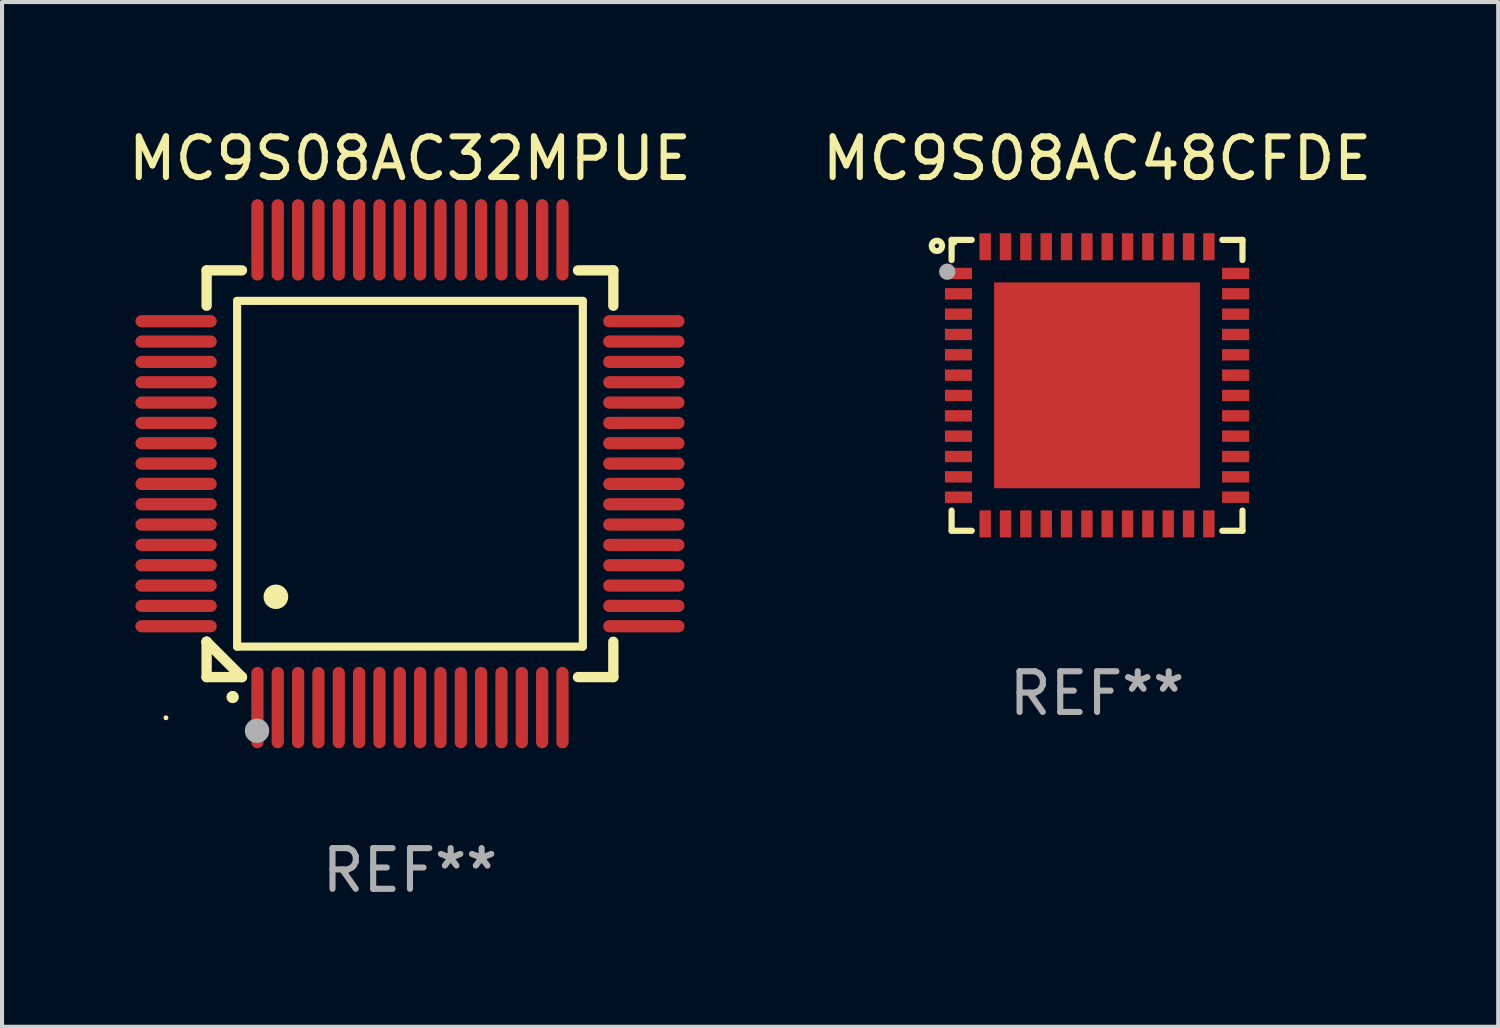
<source format=kicad_pcb>
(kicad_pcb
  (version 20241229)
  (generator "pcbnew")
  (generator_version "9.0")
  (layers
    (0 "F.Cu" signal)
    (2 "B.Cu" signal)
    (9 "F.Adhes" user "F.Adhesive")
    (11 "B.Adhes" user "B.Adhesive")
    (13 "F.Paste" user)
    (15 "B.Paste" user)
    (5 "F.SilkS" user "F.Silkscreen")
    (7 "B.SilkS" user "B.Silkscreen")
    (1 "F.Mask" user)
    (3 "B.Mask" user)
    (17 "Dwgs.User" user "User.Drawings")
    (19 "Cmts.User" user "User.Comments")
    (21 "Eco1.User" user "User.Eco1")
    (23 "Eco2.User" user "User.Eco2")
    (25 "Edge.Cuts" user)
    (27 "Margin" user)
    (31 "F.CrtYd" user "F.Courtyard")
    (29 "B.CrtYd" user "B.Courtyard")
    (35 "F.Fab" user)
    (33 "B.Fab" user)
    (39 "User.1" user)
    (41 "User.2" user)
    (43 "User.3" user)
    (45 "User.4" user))
  (footprint "MC9S08AC32MPUE"
    (layer "F.Cu")
    (at 7.03 8.598)
    (property "Reference" "MC9S08AC32MPUE" (at 0 -7.75 0) (layer "F.SilkS") (effects (font (size 1 1) (thickness 0.15))))
    (attr through_hole)
    (fp_line (start -5 -5) (end -4.131 -5) (stroke (width 0.254) (type solid)) (layer "F.SilkS"))
    (fp_line (start -5 -4.131) (end -5 -5) (stroke (width 0.254) (type solid)) (layer "F.SilkS"))
    (fp_line (start -5 4.131) (end -5 4.131) (stroke (width 0.254) (type solid)) (layer "F.SilkS"))
    (fp_line (start -5 5) (end -5 4.131) (stroke (width 0.254) (type solid)) (layer "F.SilkS"))
    (fp_line (start -5 4.131) (end -4.131 5) (stroke (width 0.254) (type solid)) (layer "F.SilkS"))
    (fp_line (start -4.25 -4.25) (end -4.25 4.25) (stroke (width 0.2) (type solid)) (layer "F.SilkS"))
    (fp_line (start -4.25 4.25) (end 4.25 4.25) (stroke (width 0.2) (type solid)) (layer "F.SilkS"))
    (fp_line (start -4.131 5) (end -5 5) (stroke (width 0.254) (type solid)) (layer "F.SilkS"))
    (fp_line (start 4.25 -4.25) (end -4.25 -4.25) (stroke (width 0.2) (type solid)) (layer "F.SilkS"))
    (fp_line (start 4.25 4.25) (end 4.25 -4.25) (stroke (width 0.2) (type solid)) (layer "F.SilkS"))
    (fp_line (start 5 -5) (end 4.131 -5) (stroke (width 0.254) (type solid)) (layer "F.SilkS"))
    (fp_line (start 5 -5) (end 5 -4.131) (stroke (width 0.254) (type solid)) (layer "F.SilkS"))
    (fp_line (start 5 4.131) (end 5 5) (stroke (width 0.254) (type solid)) (layer "F.SilkS"))
    (fp_line (start 5 5) (end 4.131 5) (stroke (width 0.254) (type solid)) (layer "F.SilkS"))
    (fp_arc (start -4.361265 5.489992) (mid -4.359995 5.489987) (end -4.358725 5.489992) (stroke (width 0.3) (type solid)) (layer "F.SilkS"))
    (fp_arc (start -3.299467 3.025146) (mid -3.296927 3.025135) (end -3.294387 3.025146) (stroke (width 0.6) (type solid)) (layer "F.SilkS"))
    (fp_circle (center -6 6) (end -5.97 6) (stroke (width 0.06) (type solid)) (fill no) (layer "F.SilkS"))
    (fp_circle (center -3.76 6.32) (end -3.61 6.32) (stroke (width 0.3) (type solid)) (fill no) (layer "F.Fab"))
    (fp_text user "REF**" (at 0 9.75 0) (layer "F.Fab") (effects (font (size 1 1) (thickness 0.15))))
    (pad "1" smd oval (at -3.75 5.75) (size 0.3 2) (layers "F.Cu" "F.Mask" "F.Paste"))
    (pad "2" smd oval (at -3.25 5.75) (size 0.3 2) (layers "F.Cu" "F.Mask" "F.Paste"))
    (pad "3" smd oval (at -2.75 5.75) (size 0.3 2) (layers "F.Cu" "F.Mask" "F.Paste"))
    (pad "4" smd oval (at -2.25 5.75) (size 0.3 2) (layers "F.Cu" "F.Mask" "F.Paste"))
    (pad "5" smd oval (at -1.75 5.75) (size 0.3 2) (layers "F.Cu" "F.Mask" "F.Paste"))
    (pad "6" smd oval (at -1.25 5.75) (size 0.3 2) (layers "F.Cu" "F.Mask" "F.Paste"))
    (pad "7" smd oval (at -0.75 5.75) (size 0.3 2) (layers "F.Cu" "F.Mask" "F.Paste"))
    (pad "8" smd oval (at -0.25 5.75) (size 0.3 2) (layers "F.Cu" "F.Mask" "F.Paste"))
    (pad "9" smd oval (at 0.25 5.75) (size 0.3 2) (layers "F.Cu" "F.Mask" "F.Paste"))
    (pad "10" smd oval (at 0.75 5.75) (size 0.3 2) (layers "F.Cu" "F.Mask" "F.Paste"))
    (pad "11" smd oval (at 1.25 5.75) (size 0.3 2) (layers "F.Cu" "F.Mask" "F.Paste"))
    (pad "12" smd oval (at 1.75 5.75) (size 0.3 2) (layers "F.Cu" "F.Mask" "F.Paste"))
    (pad "13" smd oval (at 2.25 5.75) (size 0.3 2) (layers "F.Cu" "F.Mask" "F.Paste"))
    (pad "14" smd oval (at 2.75 5.75) (size 0.3 2) (layers "F.Cu" "F.Mask" "F.Paste"))
    (pad "15" smd oval (at 3.25 5.75) (size 0.3 2) (layers "F.Cu" "F.Mask" "F.Paste"))
    (pad "16" smd oval (at 3.75 5.75) (size 0.3 2) (layers "F.Cu" "F.Mask" "F.Paste"))
    (pad "17" smd oval (at 5.75 3.75) (size 2 0.3) (layers "F.Cu" "F.Mask" "F.Paste"))
    (pad "18" smd oval (at 5.75 3.25) (size 2 0.3) (layers "F.Cu" "F.Mask" "F.Paste"))
    (pad "19" smd oval (at 5.75 2.75) (size 2 0.3) (layers "F.Cu" "F.Mask" "F.Paste"))
    (pad "20" smd oval (at 5.75 2.25) (size 2 0.3) (layers "F.Cu" "F.Mask" "F.Paste"))
    (pad "21" smd oval (at 5.75 1.75) (size 2 0.3) (layers "F.Cu" "F.Mask" "F.Paste"))
    (pad "22" smd oval (at 5.75 1.25) (size 2 0.3) (layers "F.Cu" "F.Mask" "F.Paste"))
    (pad "23" smd oval (at 5.75 0.75) (size 2 0.3) (layers "F.Cu" "F.Mask" "F.Paste"))
    (pad "24" smd oval (at 5.75 0.25) (size 2 0.3) (layers "F.Cu" "F.Mask" "F.Paste"))
    (pad "25" smd oval (at 5.75 -0.25) (size 2 0.3) (layers "F.Cu" "F.Mask" "F.Paste"))
    (pad "26" smd oval (at 5.75 -0.75) (size 2 0.3) (layers "F.Cu" "F.Mask" "F.Paste"))
    (pad "27" smd oval (at 5.75 -1.25) (size 2 0.3) (layers "F.Cu" "F.Mask" "F.Paste"))
    (pad "28" smd oval (at 5.75 -1.75) (size 2 0.3) (layers "F.Cu" "F.Mask" "F.Paste"))
    (pad "29" smd oval (at 5.75 -2.25) (size 2 0.3) (layers "F.Cu" "F.Mask" "F.Paste"))
    (pad "30" smd oval (at 5.75 -2.75) (size 2 0.3) (layers "F.Cu" "F.Mask" "F.Paste"))
    (pad "31" smd oval (at 5.75 -3.25) (size 2 0.3) (layers "F.Cu" "F.Mask" "F.Paste"))
    (pad "32" smd oval (at 5.75 -3.75) (size 2 0.3) (layers "F.Cu" "F.Mask" "F.Paste"))
    (pad "33" smd oval (at 3.75 -5.75) (size 0.3 2) (layers "F.Cu" "F.Mask" "F.Paste"))
    (pad "34" smd oval (at 3.25 -5.75) (size 0.3 2) (layers "F.Cu" "F.Mask" "F.Paste"))
    (pad "35" smd oval (at 2.75 -5.75) (size 0.3 2) (layers "F.Cu" "F.Mask" "F.Paste"))
    (pad "36" smd oval (at 2.25 -5.75) (size 0.3 2) (layers "F.Cu" "F.Mask" "F.Paste"))
    (pad "37" smd oval (at 1.75 -5.75) (size 0.3 2) (layers "F.Cu" "F.Mask" "F.Paste"))
    (pad "38" smd oval (at 1.25 -5.75) (size 0.3 2) (layers "F.Cu" "F.Mask" "F.Paste"))
    (pad "39" smd oval (at 0.75 -5.75) (size 0.3 2) (layers "F.Cu" "F.Mask" "F.Paste"))
    (pad "40" smd oval (at 0.25 -5.75) (size 0.3 2) (layers "F.Cu" "F.Mask" "F.Paste"))
    (pad "41" smd oval (at -0.25 -5.75) (size 0.3 2) (layers "F.Cu" "F.Mask" "F.Paste"))
    (pad "42" smd oval (at -0.75 -5.75) (size 0.3 2) (layers "F.Cu" "F.Mask" "F.Paste"))
    (pad "43" smd oval (at -1.25 -5.75) (size 0.3 2) (layers "F.Cu" "F.Mask" "F.Paste"))
    (pad "44" smd oval (at -1.75 -5.75) (size 0.3 2) (layers "F.Cu" "F.Mask" "F.Paste"))
    (pad "45" smd oval (at -2.25 -5.75) (size 0.3 2) (layers "F.Cu" "F.Mask" "F.Paste"))
    (pad "46" smd oval (at -2.75 -5.75) (size 0.3 2) (layers "F.Cu" "F.Mask" "F.Paste"))
    (pad "47" smd oval (at -3.25 -5.75) (size 0.3 2) (layers "F.Cu" "F.Mask" "F.Paste"))
    (pad "48" smd oval (at -3.75 -5.75) (size 0.3 2) (layers "F.Cu" "F.Mask" "F.Paste"))
    (pad "49" smd oval (at -5.75 -3.75) (size 2 0.3) (layers "F.Cu" "F.Mask" "F.Paste"))
    (pad "50" smd oval (at -5.75 -3.25) (size 2 0.3) (layers "F.Cu" "F.Mask" "F.Paste"))
    (pad "51" smd oval (at -5.75 -2.75) (size 2 0.3) (layers "F.Cu" "F.Mask" "F.Paste"))
    (pad "52" smd oval (at -5.75 -2.25) (size 2 0.3) (layers "F.Cu" "F.Mask" "F.Paste"))
    (pad "53" smd oval (at -5.75 -1.75) (size 2 0.3) (layers "F.Cu" "F.Mask" "F.Paste"))
    (pad "54" smd oval (at -5.75 -1.25) (size 2 0.3) (layers "F.Cu" "F.Mask" "F.Paste"))
    (pad "55" smd oval (at -5.75 -0.75) (size 2 0.3) (layers "F.Cu" "F.Mask" "F.Paste"))
    (pad "56" smd oval (at -5.75 -0.25) (size 2 0.3) (layers "F.Cu" "F.Mask" "F.Paste"))
    (pad "57" smd oval (at -5.75 0.25) (size 2 0.3) (layers "F.Cu" "F.Mask" "F.Paste"))
    (pad "58" smd oval (at -5.75 0.75) (size 2 0.3) (layers "F.Cu" "F.Mask" "F.Paste"))
    (pad "59" smd oval (at -5.75 1.25) (size 2 0.3) (layers "F.Cu" "F.Mask" "F.Paste"))
    (pad "60" smd oval (at -5.75 1.75) (size 2 0.3) (layers "F.Cu" "F.Mask" "F.Paste"))
    (pad "61" smd oval (at -5.75 2.25) (size 2 0.3) (layers "F.Cu" "F.Mask" "F.Paste"))
    (pad "62" smd oval (at -5.75 2.75) (size 2 0.3) (layers "F.Cu" "F.Mask" "F.Paste"))
    (pad "63" smd oval (at -5.75 3.25) (size 2 0.3) (layers "F.Cu" "F.Mask" "F.Paste"))
    (pad "64" smd oval (at -5.75 3.75) (size 2 0.3) (layers "F.Cu" "F.Mask" "F.Paste")))
  (footprint "MC9S08AC48CFDE"
    (layer "F.Cu")
    (at 23.923 6.424)
    (property "Reference" "MC9S08AC48CFDE" (at 0 -5.576 0) (layer "F.SilkS") (effects (font (size 1 1) (thickness 0.15))))
    (attr through_hole)
    (fp_line (start -3.576 -3.576) (end -3.576 -3.08) (stroke (width 0.152) (type solid)) (layer "F.SilkS"))
    (fp_line (start -3.576 3.576) (end -3.576 3.08) (stroke (width 0.152) (type solid)) (layer "F.SilkS"))
    (fp_line (start -3.08 -3.576) (end -3.576 -3.576) (stroke (width 0.152) (type solid)) (layer "F.SilkS"))
    (fp_line (start -3.08 3.576) (end -3.576 3.576) (stroke (width 0.152) (type solid)) (layer "F.SilkS"))
    (fp_line (start 3.08 -3.576) (end 3.576 -3.576) (stroke (width 0.152) (type solid)) (layer "F.SilkS"))
    (fp_line (start 3.08 3.576) (end 3.576 3.576) (stroke (width 0.152) (type solid)) (layer "F.SilkS"))
    (fp_line (start 3.576 -3.576) (end 3.576 -3.08) (stroke (width 0.152) (type solid)) (layer "F.SilkS"))
    (fp_line (start 3.576 3.576) (end 3.576 3.08) (stroke (width 0.152) (type solid)) (layer "F.SilkS"))
    (fp_circle (center -3.937 -3.429) (end -3.81 -3.429) (stroke (width 0.15) (type solid)) (fill no) (layer "F.SilkS"))
    (fp_circle (center -3.5 -3.5) (end -3.47 -3.5) (stroke (width 0.06) (type solid)) (fill no) (layer "F.SilkS"))
    (fp_circle (center -3.683 -2.794) (end -3.583 -2.794) (stroke (width 0.2) (type solid)) (fill no) (layer "F.Fab"))
    (fp_text user "REF**" (at 0 7.576 0) (layer "F.Fab") (effects (font (size 1 1) (thickness 0.15))))
    (pad "1" smd rect (at -3.407 -2.75) (size 0.665 0.28) (layers "F.Cu" "F.Mask" "F.Paste"))
    (pad "2" smd rect (at -3.407 -2.25) (size 0.665 0.28) (layers "F.Cu" "F.Mask" "F.Paste"))
    (pad "3" smd rect (at -3.407 -1.75) (size 0.665 0.28) (layers "F.Cu" "F.Mask" "F.Paste"))
    (pad "4" smd rect (at -3.407 -1.25) (size 0.665 0.28) (layers "F.Cu" "F.Mask" "F.Paste"))
    (pad "5" smd rect (at -3.407 -0.75) (size 0.665 0.28) (layers "F.Cu" "F.Mask" "F.Paste"))
    (pad "6" smd rect (at -3.407 -0.25) (size 0.665 0.28) (layers "F.Cu" "F.Mask" "F.Paste"))
    (pad "7" smd rect (at -3.407 0.25) (size 0.665 0.28) (layers "F.Cu" "F.Mask" "F.Paste"))
    (pad "8" smd rect (at -3.407 0.75) (size 0.665 0.28) (layers "F.Cu" "F.Mask" "F.Paste"))
    (pad "9" smd rect (at -3.407 1.25) (size 0.665 0.28) (layers "F.Cu" "F.Mask" "F.Paste"))
    (pad "10" smd rect (at -3.407 1.75) (size 0.665 0.28) (layers "F.Cu" "F.Mask" "F.Paste"))
    (pad "11" smd rect (at -3.407 2.25) (size 0.665 0.28) (layers "F.Cu" "F.Mask" "F.Paste"))
    (pad "12" smd rect (at -3.407 2.75) (size 0.665 0.28) (layers "F.Cu" "F.Mask" "F.Paste"))
    (pad "13" smd rect (at -2.75 3.407) (size 0.28 0.665) (layers "F.Cu" "F.Mask" "F.Paste"))
    (pad "14" smd rect (at -2.25 3.407) (size 0.28 0.665) (layers "F.Cu" "F.Mask" "F.Paste"))
    (pad "15" smd rect (at -1.75 3.407) (size 0.28 0.665) (layers "F.Cu" "F.Mask" "F.Paste"))
    (pad "16" smd rect (at -1.25 3.407) (size 0.28 0.665) (layers "F.Cu" "F.Mask" "F.Paste"))
    (pad "17" smd rect (at -0.75 3.407) (size 0.28 0.665) (layers "F.Cu" "F.Mask" "F.Paste"))
    (pad "18" smd rect (at -0.25 3.407) (size 0.28 0.665) (layers "F.Cu" "F.Mask" "F.Paste"))
    (pad "19" smd rect (at 0.25 3.407) (size 0.28 0.665) (layers "F.Cu" "F.Mask" "F.Paste"))
    (pad "20" smd rect (at 0.75 3.407) (size 0.28 0.665) (layers "F.Cu" "F.Mask" "F.Paste"))
    (pad "21" smd rect (at 1.25 3.407) (size 0.28 0.665) (layers "F.Cu" "F.Mask" "F.Paste"))
    (pad "22" smd rect (at 1.75 3.407) (size 0.28 0.665) (layers "F.Cu" "F.Mask" "F.Paste"))
    (pad "23" smd rect (at 2.25 3.407) (size 0.28 0.665) (layers "F.Cu" "F.Mask" "F.Paste"))
    (pad "24" smd rect (at 2.75 3.407) (size 0.28 0.665) (layers "F.Cu" "F.Mask" "F.Paste"))
    (pad "25" smd rect (at 3.407 2.75) (size 0.665 0.28) (layers "F.Cu" "F.Mask" "F.Paste"))
    (pad "26" smd rect (at 3.407 2.25) (size 0.665 0.28) (layers "F.Cu" "F.Mask" "F.Paste"))
    (pad "27" smd rect (at 3.407 1.75) (size 0.665 0.28) (layers "F.Cu" "F.Mask" "F.Paste"))
    (pad "28" smd rect (at 3.407 1.25) (size 0.665 0.28) (layers "F.Cu" "F.Mask" "F.Paste"))
    (pad "29" smd rect (at 3.407 0.75) (size 0.665 0.28) (layers "F.Cu" "F.Mask" "F.Paste"))
    (pad "30" smd rect (at 3.407 0.25) (size 0.665 0.28) (layers "F.Cu" "F.Mask" "F.Paste"))
    (pad "31" smd rect (at 3.407 -0.25) (size 0.665 0.28) (layers "F.Cu" "F.Mask" "F.Paste"))
    (pad "32" smd rect (at 3.407 -0.75) (size 0.665 0.28) (layers "F.Cu" "F.Mask" "F.Paste"))
    (pad "33" smd rect (at 3.407 -1.25) (size 0.665 0.28) (layers "F.Cu" "F.Mask" "F.Paste"))
    (pad "34" smd rect (at 3.407 -1.75) (size 0.665 0.28) (layers "F.Cu" "F.Mask" "F.Paste"))
    (pad "35" smd rect (at 3.407 -2.25) (size 0.665 0.28) (layers "F.Cu" "F.Mask" "F.Paste"))
    (pad "36" smd rect (at 3.407 -2.75) (size 0.665 0.28) (layers "F.Cu" "F.Mask" "F.Paste"))
    (pad "37" smd rect (at 2.75 -3.407) (size 0.28 0.665) (layers "F.Cu" "F.Mask" "F.Paste"))
    (pad "38" smd rect (at 2.25 -3.407) (size 0.28 0.665) (layers "F.Cu" "F.Mask" "F.Paste"))
    (pad "39" smd rect (at 1.75 -3.407) (size 0.28 0.665) (layers "F.Cu" "F.Mask" "F.Paste"))
    (pad "40" smd rect (at 1.25 -3.407) (size 0.28 0.665) (layers "F.Cu" "F.Mask" "F.Paste"))
    (pad "41" smd rect (at 0.75 -3.407) (size 0.28 0.665) (layers "F.Cu" "F.Mask" "F.Paste"))
    (pad "42" smd rect (at 0.25 -3.407) (size 0.28 0.665) (layers "F.Cu" "F.Mask" "F.Paste"))
    (pad "43" smd rect (at -0.25 -3.407) (size 0.28 0.665) (layers "F.Cu" "F.Mask" "F.Paste"))
    (pad "44" smd rect (at -0.75 -3.407) (size 0.28 0.665) (layers "F.Cu" "F.Mask" "F.Paste"))
    (pad "45" smd rect (at -1.25 -3.407) (size 0.28 0.665) (layers "F.Cu" "F.Mask" "F.Paste"))
    (pad "46" smd rect (at -1.75 -3.407) (size 0.28 0.665) (layers "F.Cu" "F.Mask" "F.Paste"))
    (pad "47" smd rect (at -2.25 -3.407) (size 0.28 0.665) (layers "F.Cu" "F.Mask" "F.Paste"))
    (pad "48" smd rect (at -2.75 -3.407) (size 0.28 0.665) (layers "F.Cu" "F.Mask" "F.Paste"))
    (pad "49" smd rect (at 0 0) (size 5.06 5.06) (layers "F.Cu" "F.Mask" "F.Paste")))
  (gr_rect
    (start -3 -3)
    (end 33.786 22.196)
    (stroke (width 0.1) (type default))
    (fill no)
    (layer "Edge.Cuts")))
</source>
